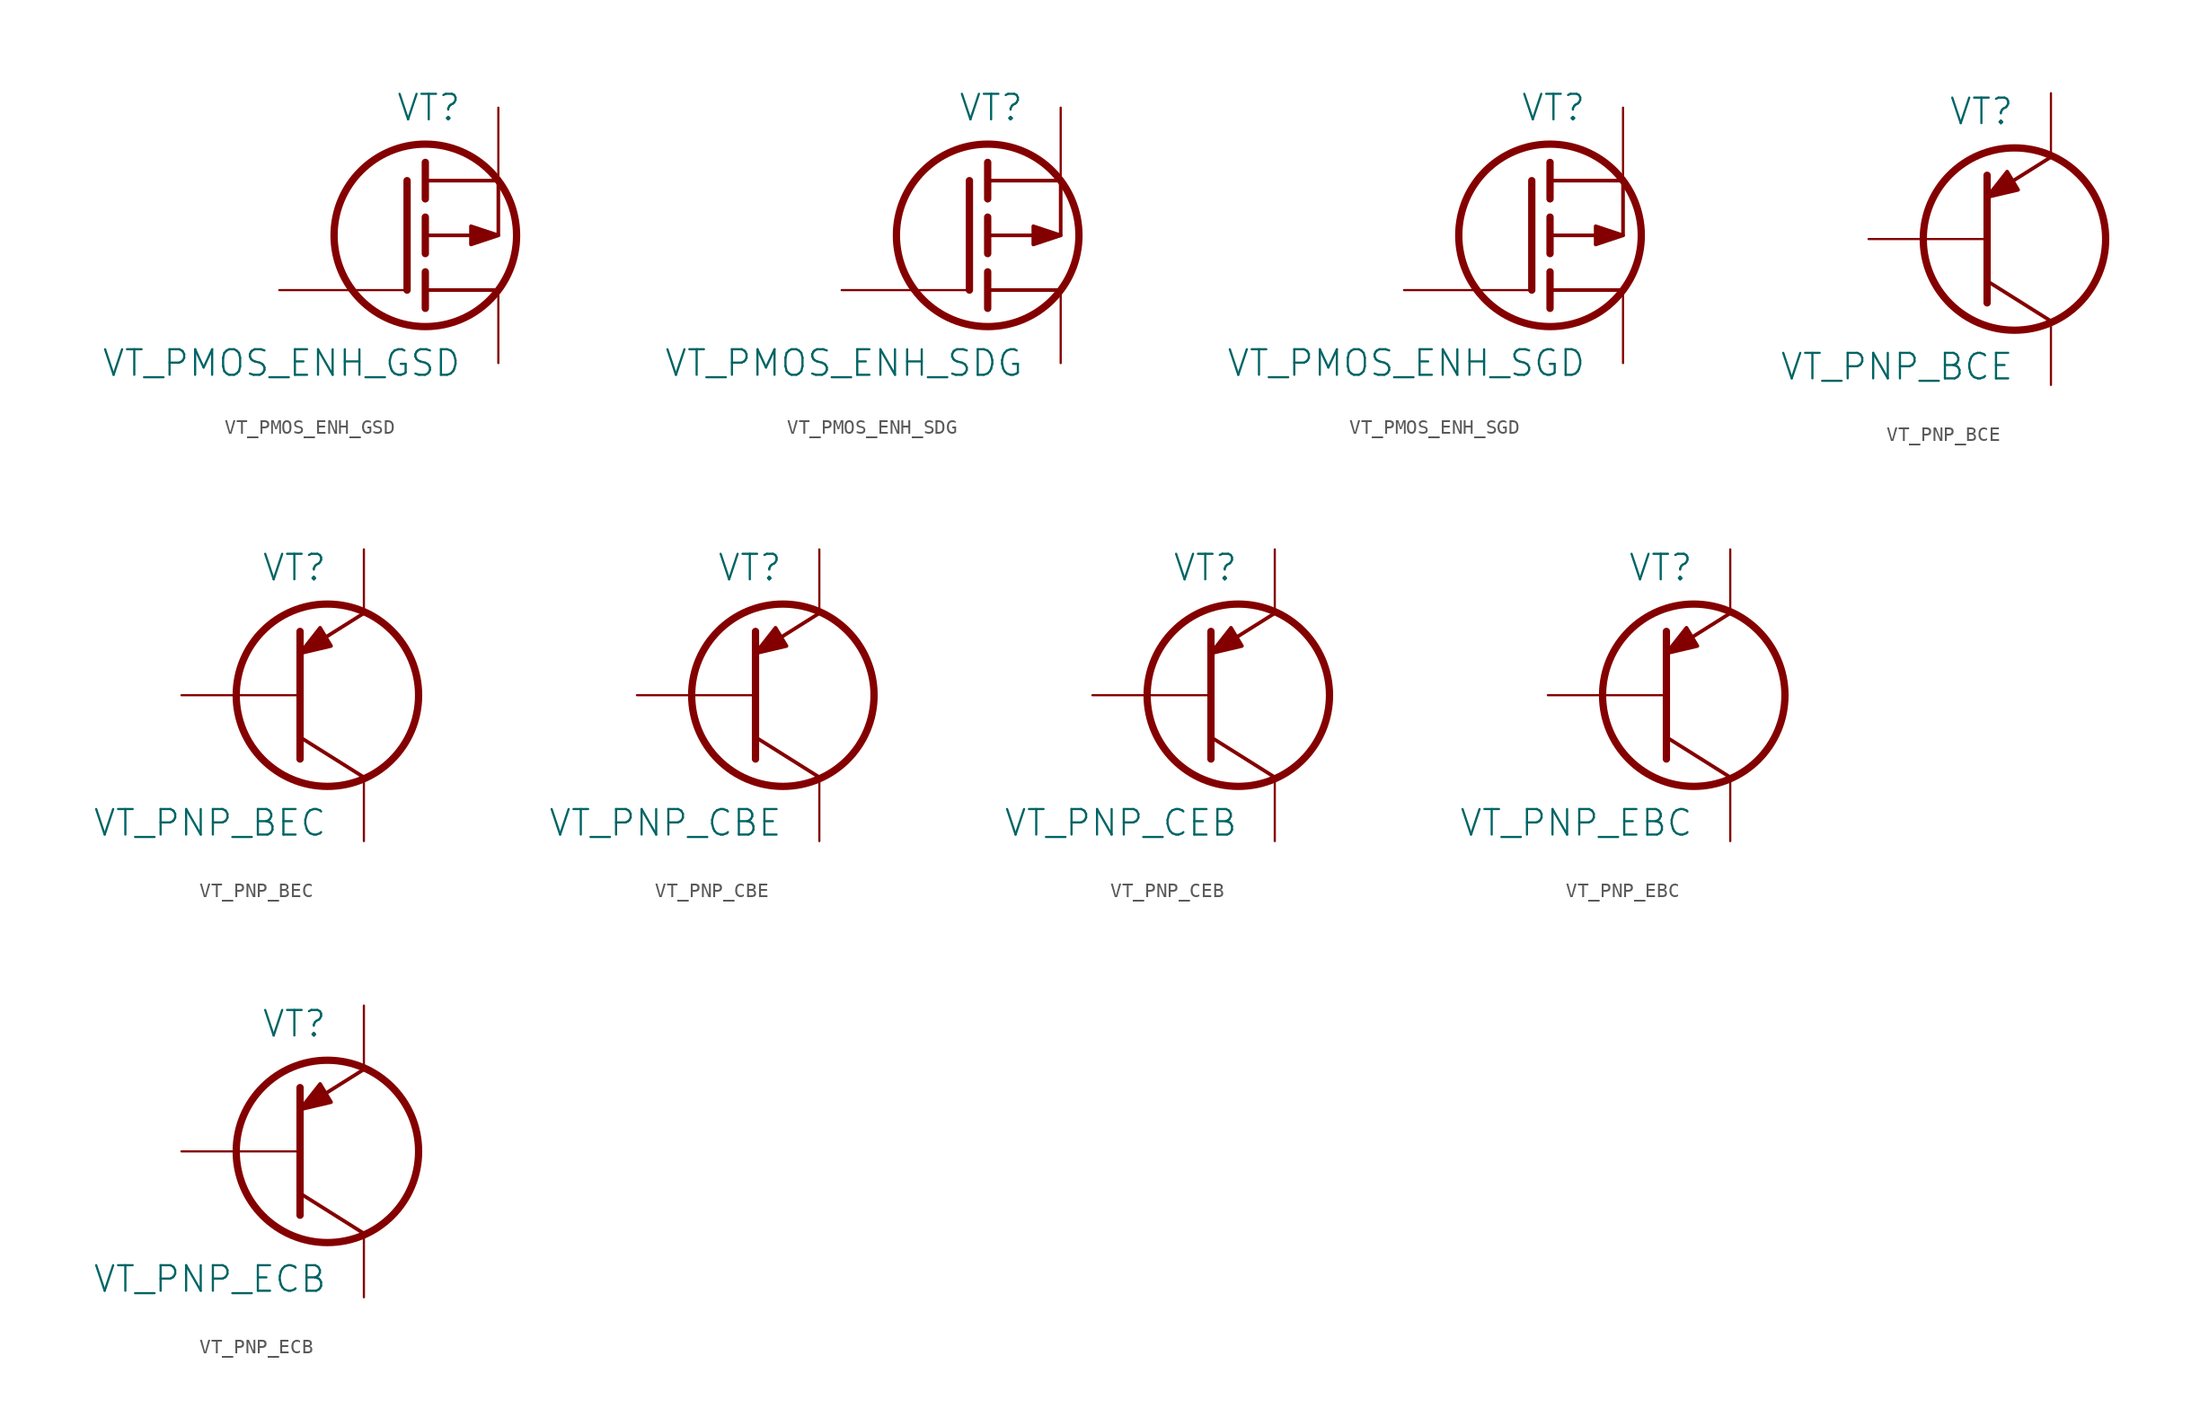
<source format=kicad_sym>
(kicad_symbol_lib
  (version 20211014)
  (generator kicad_symbol_editor)
  (symbol "VT_PMOS_ENH_GSD"
    (pin_names
      (offset 0))
    (property "Reference" "VT"
      (at 2.54 8.89 0)
      (effects (font (size 1.778 1.778)) (justify right)))
    (property "Value" "VT_PMOS_ENH_GSD"
      (at 2.54 -8.89 0)
      (effects (font (size 1.778 1.778)) (justify right)))
    (symbol "VT_PMOS_ENH_GSD_0_1"
      (polyline (pts (xy -10.16 -3.81) (xy -1.27 -3.81)) (stroke (width 0) (type default) (color 0 0 0 0)) (fill (type none)))
      (polyline (pts (xy -1.27 -3.81) (xy -1.27 3.81)) (stroke (width 0.508) (type default) (color 0 0 0 0)) (fill (type none)))
      (polyline (pts (xy 0 -3.81) (xy 5.08 -3.81)) (stroke (width 0.254) (type default) (color 0 0 0 0)) (fill (type none)))
      (polyline (pts (xy 0 -2.54) (xy 0 -5.08)) (stroke (width 0.508) (type default) (color 0 0 0 0)) (fill (type none)))
      (polyline (pts (xy 0 1.27) (xy 0 -1.27)) (stroke (width 0.508) (type default) (color 0 0 0 0)) (fill (type none)))
      (polyline (pts (xy 0 3.81) (xy 5.08 3.81)) (stroke (width 0.254) (type default) (color 0 0 0 0)) (fill (type none)))
      (polyline (pts (xy 0 5.08) (xy 0 2.54)) (stroke (width 0.508) (type default) (color 0 0 0 0)) (fill (type none)))
      (polyline (pts (xy 5.08 -3.81) (xy 5.08 -8.89)) (stroke (width 0) (type default) (color 0 0 0 0)) (fill (type none)))
      (polyline (pts (xy 5.08 3.81) (xy 5.08 8.89)) (stroke (width 0) (type default) (color 0 0 0 0)) (fill (type none)))
      (polyline (pts (xy 0 0) (xy 5.08 0) (xy 5.08 3.81)) (stroke (width 0.254) (type default) (color 0 0 0 0)) (fill (type none)))
      (polyline (pts (xy 3.175 -0.635) (xy 5.08 0) (xy 3.175 0.635) (xy 3.175 -0.635)) (stroke (width 0.254) (type default) (color 0 0 0 0)) (fill (type outline)))
      (circle (center 0 0) (radius 6.35) (stroke (width 0.508) (type default) (color 0 0 0 0)) (fill (type none))))
    (symbol "VT_PMOS_ENH_GSD_1_1"
      (pin passive line (at -10.16 -3.81 0) (length 2.54) hide (name "G" (effects (font (size 1.27 1.27)))) (number "1" (effects (font (size 1.27 1.27)))))
      (pin passive line (at 5.08 8.89 270) (length 2.54) hide (name "S" (effects (font (size 1.27 1.27)))) (number "2" (effects (font (size 1.27 1.27)))))
      (pin passive line (at 5.08 -8.89 90) (length 2.54) hide (name "D" (effects (font (size 1.27 1.27)))) (number "3" (effects (font (size 1.27 1.27)))))))
  (symbol "VT_PMOS_ENH_SDG"
    (pin_names
      (offset 0))
    (property "Reference" "VT"
      (at 2.54 8.89 0)
      (effects (font (size 1.778 1.778)) (justify right)))
    (property "Value" "VT_PMOS_ENH_SDG"
      (at 2.54 -8.89 0)
      (effects (font (size 1.778 1.778)) (justify right)))
    (symbol "VT_PMOS_ENH_SDG_0_1"
      (polyline (pts (xy -10.16 -3.81) (xy -1.27 -3.81)) (stroke (width 0) (type default) (color 0 0 0 0)) (fill (type none)))
      (polyline (pts (xy -1.27 -3.81) (xy -1.27 3.81)) (stroke (width 0.508) (type default) (color 0 0 0 0)) (fill (type none)))
      (polyline (pts (xy 0 -3.81) (xy 5.08 -3.81)) (stroke (width 0.254) (type default) (color 0 0 0 0)) (fill (type none)))
      (polyline (pts (xy 0 -2.54) (xy 0 -5.08)) (stroke (width 0.508) (type default) (color 0 0 0 0)) (fill (type none)))
      (polyline (pts (xy 0 1.27) (xy 0 -1.27)) (stroke (width 0.508) (type default) (color 0 0 0 0)) (fill (type none)))
      (polyline (pts (xy 0 3.81) (xy 5.08 3.81)) (stroke (width 0.254) (type default) (color 0 0 0 0)) (fill (type none)))
      (polyline (pts (xy 0 5.08) (xy 0 2.54)) (stroke (width 0.508) (type default) (color 0 0 0 0)) (fill (type none)))
      (polyline (pts (xy 5.08 -3.81) (xy 5.08 -8.89)) (stroke (width 0) (type default) (color 0 0 0 0)) (fill (type none)))
      (polyline (pts (xy 5.08 3.81) (xy 5.08 8.89)) (stroke (width 0) (type default) (color 0 0 0 0)) (fill (type none)))
      (polyline (pts (xy 0 0) (xy 5.08 0) (xy 5.08 3.81)) (stroke (width 0.254) (type default) (color 0 0 0 0)) (fill (type none)))
      (polyline (pts (xy 3.175 -0.635) (xy 5.08 0) (xy 3.175 0.635) (xy 3.175 -0.635)) (stroke (width 0.254) (type default) (color 0 0 0 0)) (fill (type outline)))
      (circle (center 0 0) (radius 6.35) (stroke (width 0.508) (type default) (color 0 0 0 0)) (fill (type none))))
    (symbol "VT_PMOS_ENH_SDG_1_1"
      (pin passive line (at 5.08 8.89 270) (length 2.54) hide (name "S" (effects (font (size 1.27 1.27)))) (number "1" (effects (font (size 1.27 1.27)))))
      (pin passive line (at 5.08 -8.89 90) (length 2.54) hide (name "D" (effects (font (size 1.27 1.27)))) (number "2" (effects (font (size 1.27 1.27)))))
      (pin passive line (at -10.16 -3.81 0) (length 2.54) hide (name "G" (effects (font (size 1.27 1.27)))) (number "3" (effects (font (size 1.27 1.27)))))))
  (symbol "VT_PMOS_ENH_SGD"
    (pin_names
      (offset 0))
    (property "Reference" "VT"
      (at 2.54 8.89 0)
      (effects (font (size 1.778 1.778)) (justify right)))
    (property "Value" "VT_PMOS_ENH_SGD"
      (at 2.54 -8.89 0)
      (effects (font (size 1.778 1.778)) (justify right)))
    (symbol "VT_PMOS_ENH_SGD_0_1"
      (polyline (pts (xy -10.16 -3.81) (xy -1.27 -3.81)) (stroke (width 0) (type default) (color 0 0 0 0)) (fill (type none)))
      (polyline (pts (xy -1.27 -3.81) (xy -1.27 3.81)) (stroke (width 0.508) (type default) (color 0 0 0 0)) (fill (type none)))
      (polyline (pts (xy 0 -3.81) (xy 5.08 -3.81)) (stroke (width 0.254) (type default) (color 0 0 0 0)) (fill (type none)))
      (polyline (pts (xy 0 -2.54) (xy 0 -5.08)) (stroke (width 0.508) (type default) (color 0 0 0 0)) (fill (type none)))
      (polyline (pts (xy 0 1.27) (xy 0 -1.27)) (stroke (width 0.508) (type default) (color 0 0 0 0)) (fill (type none)))
      (polyline (pts (xy 0 3.81) (xy 5.08 3.81)) (stroke (width 0.254) (type default) (color 0 0 0 0)) (fill (type none)))
      (polyline (pts (xy 0 5.08) (xy 0 2.54)) (stroke (width 0.508) (type default) (color 0 0 0 0)) (fill (type none)))
      (polyline (pts (xy 5.08 -3.81) (xy 5.08 -8.89)) (stroke (width 0) (type default) (color 0 0 0 0)) (fill (type none)))
      (polyline (pts (xy 5.08 3.81) (xy 5.08 8.89)) (stroke (width 0) (type default) (color 0 0 0 0)) (fill (type none)))
      (polyline (pts (xy 0 0) (xy 5.08 0) (xy 5.08 3.81)) (stroke (width 0.254) (type default) (color 0 0 0 0)) (fill (type none)))
      (polyline (pts (xy 3.175 -0.635) (xy 5.08 0) (xy 3.175 0.635) (xy 3.175 -0.635)) (stroke (width 0.254) (type default) (color 0 0 0 0)) (fill (type outline)))
      (circle (center 0 0) (radius 6.35) (stroke (width 0.508) (type default) (color 0 0 0 0)) (fill (type none))))
    (symbol "VT_PMOS_ENH_SGD_1_1"
      (pin passive line (at 5.08 8.89 270) (length 2.54) hide (name "S" (effects (font (size 1.27 1.27)))) (number "1" (effects (font (size 1.27 1.27)))))
      (pin passive line (at -10.16 -3.81 0) (length 2.54) hide (name "G" (effects (font (size 1.27 1.27)))) (number "2" (effects (font (size 1.27 1.27)))))
      (pin passive line (at 5.08 -8.89 90) (length 2.54) hide (name "D" (effects (font (size 1.27 1.27)))) (number "3" (effects (font (size 1.27 1.27)))))))
  (symbol "VT_PNP_BCE"
    (pin_names
      (offset 0))
    (property "Reference" "VT"
      (at 0 8.89 0)
      (effects (font (size 1.778 1.778)) (justify right)))
    (property "Value" "VT_PNP_BCE"
      (at 0 -8.89 0)
      (effects (font (size 1.778 1.778)) (justify right)))
    (symbol "VT_PNP_BCE_0_1"
      (polyline (pts (xy -10.16 0) (xy -1.905 0)) (stroke (width 0) (type default) (color 0 0 0 0)) (fill (type none)))
      (polyline (pts (xy -1.905 -2.921) (xy 2.54 -5.715)) (stroke (width 0.254) (type default) (color 0 0 0 0)) (fill (type none)))
      (polyline (pts (xy -1.905 2.921) (xy 2.54 5.715)) (stroke (width 0.254) (type default) (color 0 0 0 0)) (fill (type none)))
      (polyline (pts (xy -1.905 4.445) (xy -1.905 -4.445)) (stroke (width 0.508) (type default) (color 0 0 0 0)) (fill (type none)))
      (polyline (pts (xy 2.54 -5.715) (xy 2.54 -10.16)) (stroke (width 0) (type default) (color 0 0 0 0)) (fill (type none)))
      (polyline (pts (xy 2.54 5.715) (xy 2.54 10.16)) (stroke (width 0) (type default) (color 0 0 0 0)) (fill (type none)))
      (polyline (pts (xy -1.905 2.921) (xy 0.254 3.429) (xy -0.508 4.699) (xy -1.905 2.921)) (stroke (width 0.254) (type default) (color 0 0 0 0)) (fill (type outline)))
      (circle (center 0 0) (radius 6.35) (stroke (width 0.508) (type default) (color 0 0 0 0)) (fill (type none))))
    (symbol "VT_PNP_BCE_1_1"
      (pin passive line (at -10.16 0 0) (length 2.54) hide (name "B" (effects (font (size 1.27 1.27)))) (number "1" (effects (font (size 1.27 1.27)))))
      (pin passive line (at 2.54 -10.16 90) (length 2.54) hide (name "C" (effects (font (size 1.27 1.27)))) (number "2" (effects (font (size 1.27 1.27)))))
      (pin passive line (at 2.54 10.16 270) (length 2.54) hide (name "E" (effects (font (size 1.27 1.27)))) (number "3" (effects (font (size 1.27 1.27)))))))
  (symbol "VT_PNP_BEC"
    (pin_names
      (offset 0))
    (property "Reference" "VT"
      (at 0 8.89 0)
      (effects (font (size 1.778 1.778)) (justify right)))
    (property "Value" "VT_PNP_BEC"
      (at 0 -8.89 0)
      (effects (font (size 1.778 1.778)) (justify right)))
    (symbol "VT_PNP_BEC_0_1"
      (polyline (pts (xy -10.16 0) (xy -1.905 0)) (stroke (width 0) (type default) (color 0 0 0 0)) (fill (type none)))
      (polyline (pts (xy -1.905 -2.921) (xy 2.54 -5.715)) (stroke (width 0.254) (type default) (color 0 0 0 0)) (fill (type none)))
      (polyline (pts (xy -1.905 2.921) (xy 2.54 5.715)) (stroke (width 0.254) (type default) (color 0 0 0 0)) (fill (type none)))
      (polyline (pts (xy -1.905 4.445) (xy -1.905 -4.445)) (stroke (width 0.508) (type default) (color 0 0 0 0)) (fill (type none)))
      (polyline (pts (xy 2.54 -5.715) (xy 2.54 -10.16)) (stroke (width 0) (type default) (color 0 0 0 0)) (fill (type none)))
      (polyline (pts (xy 2.54 5.715) (xy 2.54 10.16)) (stroke (width 0) (type default) (color 0 0 0 0)) (fill (type none)))
      (polyline (pts (xy -1.905 2.921) (xy 0.254 3.429) (xy -0.508 4.699) (xy -1.905 2.921)) (stroke (width 0.254) (type default) (color 0 0 0 0)) (fill (type outline)))
      (circle (center 0 0) (radius 6.35) (stroke (width 0.508) (type default) (color 0 0 0 0)) (fill (type none))))
    (symbol "VT_PNP_BEC_1_1"
      (pin passive line (at -10.16 0 0) (length 2.54) hide (name "B" (effects (font (size 1.27 1.27)))) (number "1" (effects (font (size 1.27 1.27)))))
      (pin passive line (at 2.54 10.16 270) (length 2.54) hide (name "E" (effects (font (size 1.27 1.27)))) (number "2" (effects (font (size 1.27 1.27)))))
      (pin passive line (at 2.54 -10.16 90) (length 2.54) hide (name "C" (effects (font (size 1.27 1.27)))) (number "3" (effects (font (size 1.27 1.27)))))))
  (symbol "VT_PNP_CBE"
    (pin_names
      (offset 0))
    (property "Reference" "VT"
      (at 0 8.89 0)
      (effects (font (size 1.778 1.778)) (justify right)))
    (property "Value" "VT_PNP_CBE"
      (at 0 -8.89 0)
      (effects (font (size 1.778 1.778)) (justify right)))
    (symbol "VT_PNP_CBE_0_1"
      (polyline (pts (xy -10.16 0) (xy -1.905 0)) (stroke (width 0) (type default) (color 0 0 0 0)) (fill (type none)))
      (polyline (pts (xy -1.905 -2.921) (xy 2.54 -5.715)) (stroke (width 0.254) (type default) (color 0 0 0 0)) (fill (type none)))
      (polyline (pts (xy -1.905 2.921) (xy 2.54 5.715)) (stroke (width 0.254) (type default) (color 0 0 0 0)) (fill (type none)))
      (polyline (pts (xy -1.905 4.445) (xy -1.905 -4.445)) (stroke (width 0.508) (type default) (color 0 0 0 0)) (fill (type none)))
      (polyline (pts (xy 2.54 -5.715) (xy 2.54 -10.16)) (stroke (width 0) (type default) (color 0 0 0 0)) (fill (type none)))
      (polyline (pts (xy 2.54 5.715) (xy 2.54 10.16)) (stroke (width 0) (type default) (color 0 0 0 0)) (fill (type none)))
      (polyline (pts (xy -1.905 2.921) (xy 0.254 3.429) (xy -0.508 4.699) (xy -1.905 2.921)) (stroke (width 0.254) (type default) (color 0 0 0 0)) (fill (type outline)))
      (circle (center 0 0) (radius 6.35) (stroke (width 0.508) (type default) (color 0 0 0 0)) (fill (type none))))
    (symbol "VT_PNP_CBE_1_1"
      (pin passive line (at 2.54 -10.16 90) (length 2.54) hide (name "C" (effects (font (size 1.27 1.27)))) (number "1" (effects (font (size 1.27 1.27)))))
      (pin passive line (at -10.16 0 0) (length 2.54) hide (name "B" (effects (font (size 1.27 1.27)))) (number "2" (effects (font (size 1.27 1.27)))))
      (pin passive line (at 2.54 10.16 270) (length 2.54) hide (name "E" (effects (font (size 1.27 1.27)))) (number "3" (effects (font (size 1.27 1.27)))))))
  (symbol "VT_PNP_CEB"
    (pin_names
      (offset 0))
    (property "Reference" "VT"
      (at 0 8.89 0)
      (effects (font (size 1.778 1.778)) (justify right)))
    (property "Value" "VT_PNP_CEB"
      (at 0 -8.89 0)
      (effects (font (size 1.778 1.778)) (justify right)))
    (symbol "VT_PNP_CEB_0_1"
      (polyline (pts (xy -10.16 0) (xy -1.905 0)) (stroke (width 0) (type default) (color 0 0 0 0)) (fill (type none)))
      (polyline (pts (xy -1.905 -2.921) (xy 2.54 -5.715)) (stroke (width 0.254) (type default) (color 0 0 0 0)) (fill (type none)))
      (polyline (pts (xy -1.905 2.921) (xy 2.54 5.715)) (stroke (width 0.254) (type default) (color 0 0 0 0)) (fill (type none)))
      (polyline (pts (xy -1.905 4.445) (xy -1.905 -4.445)) (stroke (width 0.508) (type default) (color 0 0 0 0)) (fill (type none)))
      (polyline (pts (xy 2.54 -5.715) (xy 2.54 -10.16)) (stroke (width 0) (type default) (color 0 0 0 0)) (fill (type none)))
      (polyline (pts (xy 2.54 5.715) (xy 2.54 10.16)) (stroke (width 0) (type default) (color 0 0 0 0)) (fill (type none)))
      (polyline (pts (xy -1.905 2.921) (xy 0.254 3.429) (xy -0.508 4.699) (xy -1.905 2.921)) (stroke (width 0.254) (type default) (color 0 0 0 0)) (fill (type outline)))
      (circle (center 0 0) (radius 6.35) (stroke (width 0.508) (type default) (color 0 0 0 0)) (fill (type none))))
    (symbol "VT_PNP_CEB_1_1"
      (pin passive line (at 2.54 -10.16 90) (length 2.54) hide (name "C" (effects (font (size 1.27 1.27)))) (number "1" (effects (font (size 1.27 1.27)))))
      (pin passive line (at 2.54 10.16 270) (length 2.54) hide (name "E" (effects (font (size 1.27 1.27)))) (number "2" (effects (font (size 1.27 1.27)))))
      (pin passive line (at -10.16 0 0) (length 2.54) hide (name "B" (effects (font (size 1.27 1.27)))) (number "3" (effects (font (size 1.27 1.27)))))))
  (symbol "VT_PNP_EBC"
    (pin_names
      (offset 0))
    (property "Reference" "VT"
      (at 0 8.89 0)
      (effects (font (size 1.778 1.778)) (justify right)))
    (property "Value" "VT_PNP_EBC"
      (at 0 -8.89 0)
      (effects (font (size 1.778 1.778)) (justify right)))
    (symbol "VT_PNP_EBC_0_1"
      (polyline (pts (xy -10.16 0) (xy -1.905 0)) (stroke (width 0) (type default) (color 0 0 0 0)) (fill (type none)))
      (polyline (pts (xy -1.905 -2.921) (xy 2.54 -5.715)) (stroke (width 0.254) (type default) (color 0 0 0 0)) (fill (type none)))
      (polyline (pts (xy -1.905 2.921) (xy 2.54 5.715)) (stroke (width 0.254) (type default) (color 0 0 0 0)) (fill (type none)))
      (polyline (pts (xy -1.905 4.445) (xy -1.905 -4.445)) (stroke (width 0.508) (type default) (color 0 0 0 0)) (fill (type none)))
      (polyline (pts (xy 2.54 -5.715) (xy 2.54 -10.16)) (stroke (width 0) (type default) (color 0 0 0 0)) (fill (type none)))
      (polyline (pts (xy 2.54 5.715) (xy 2.54 10.16)) (stroke (width 0) (type default) (color 0 0 0 0)) (fill (type none)))
      (polyline (pts (xy -1.905 2.921) (xy 0.254 3.429) (xy -0.508 4.699) (xy -1.905 2.921)) (stroke (width 0.254) (type default) (color 0 0 0 0)) (fill (type outline)))
      (circle (center 0 0) (radius 6.35) (stroke (width 0.508) (type default) (color 0 0 0 0)) (fill (type none))))
    (symbol "VT_PNP_EBC_1_1"
      (pin passive line (at 2.54 10.16 270) (length 2.54) hide (name "E" (effects (font (size 1.27 1.27)))) (number "1" (effects (font (size 1.27 1.27)))))
      (pin passive line (at -10.16 0 0) (length 2.54) hide (name "B" (effects (font (size 1.27 1.27)))) (number "2" (effects (font (size 1.27 1.27)))))
      (pin passive line (at 2.54 -10.16 90) (length 2.54) hide (name "C" (effects (font (size 1.27 1.27)))) (number "3" (effects (font (size 1.27 1.27)))))))
  (symbol "VT_PNP_ECB"
    (pin_names
      (offset 0))
    (property "Reference" "VT"
      (at 0 8.89 0)
      (effects (font (size 1.778 1.778)) (justify right)))
    (property "Value" "VT_PNP_ECB"
      (at 0 -8.89 0)
      (effects (font (size 1.778 1.778)) (justify right)))
    (symbol "VT_PNP_ECB_0_1"
      (polyline (pts (xy -10.16 0) (xy -1.905 0)) (stroke (width 0) (type default) (color 0 0 0 0)) (fill (type none)))
      (polyline (pts (xy -1.905 -2.921) (xy 2.54 -5.715)) (stroke (width 0.254) (type default) (color 0 0 0 0)) (fill (type none)))
      (polyline (pts (xy -1.905 2.921) (xy 2.54 5.715)) (stroke (width 0.254) (type default) (color 0 0 0 0)) (fill (type none)))
      (polyline (pts (xy -1.905 4.445) (xy -1.905 -4.445)) (stroke (width 0.508) (type default) (color 0 0 0 0)) (fill (type none)))
      (polyline (pts (xy 2.54 -5.715) (xy 2.54 -10.16)) (stroke (width 0) (type default) (color 0 0 0 0)) (fill (type none)))
      (polyline (pts (xy 2.54 5.715) (xy 2.54 10.16)) (stroke (width 0) (type default) (color 0 0 0 0)) (fill (type none)))
      (polyline (pts (xy -1.905 2.921) (xy 0.254 3.429) (xy -0.508 4.699) (xy -1.905 2.921)) (stroke (width 0.254) (type default) (color 0 0 0 0)) (fill (type outline)))
      (circle (center 0 0) (radius 6.35) (stroke (width 0.508) (type default) (color 0 0 0 0)) (fill (type none))))
    (symbol "VT_PNP_ECB_1_1"
      (pin passive line (at 2.54 10.16 270) (length 2.54) hide (name "E" (effects (font (size 1.27 1.27)))) (number "1" (effects (font (size 1.27 1.27)))))
      (pin passive line (at 2.54 -10.16 90) (length 2.54) hide (name "C" (effects (font (size 1.27 1.27)))) (number "2" (effects (font (size 1.27 1.27)))))
      (pin passive line (at -10.16 0 0) (length 2.54) hide (name "B" (effects (font (size 1.27 1.27)))) (number "3" (effects (font (size 1.27 1.27))))))))
</source>
